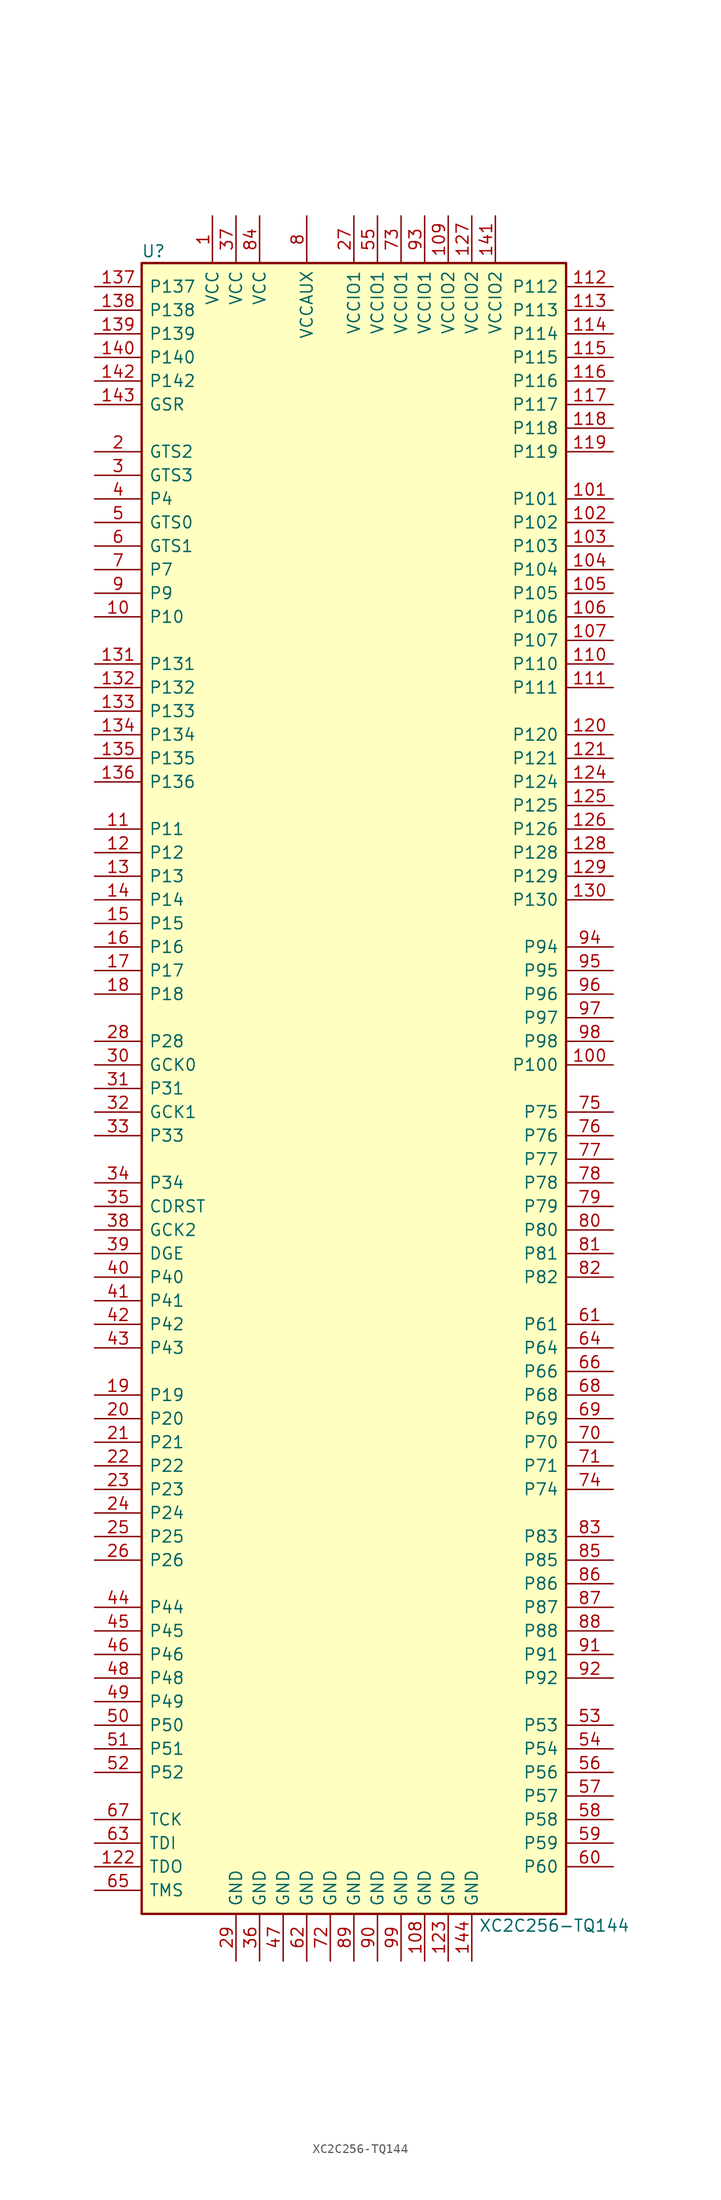
<source format=kicad_sym>
(kicad_symbol_lib
  (version 20211014)
  (generator kicad_symbol_editor)
  (symbol "XC2C256-TQ144"
    (pin_names
      (offset 0.762))
    (property "Reference" "U"
      (at -21.59 90.17 0)
      (effects (font (size 1.27 1.27))))
    (property "Value" "XC2C256-TQ144"
      (at 21.59 -90.17 0)
      (effects (font (size 1.27 1.27))))
    (symbol "XC2C256-TQ144_0_1"
      (rectangle (start -22.86 -88.9) (end 22.86 88.9) (stroke (width 0.254) (type default) (color 0 0 0 0)) (fill (type background))))
    (symbol "XC2C256-TQ144_1_1"
      (pin power_in line (at -15.24 93.98 270) (length 5.08) (name "VCC" (effects (font (size 1.27 1.27)))) (number "1" (effects (font (size 1.27 1.27)))))
      (pin bidirectional line (at -27.94 50.8 0) (length 5.08) (name "P10" (effects (font (size 1.27 1.27)))) (number "10" (effects (font (size 1.27 1.27)))))
      (pin bidirectional line (at 27.94 2.54 180) (length 5.08) (name "P100" (effects (font (size 1.27 1.27)))) (number "100" (effects (font (size 1.27 1.27)))))
      (pin bidirectional line (at 27.94 63.5 180) (length 5.08) (name "P101" (effects (font (size 1.27 1.27)))) (number "101" (effects (font (size 1.27 1.27)))))
      (pin bidirectional line (at 27.94 60.96 180) (length 5.08) (name "P102" (effects (font (size 1.27 1.27)))) (number "102" (effects (font (size 1.27 1.27)))))
      (pin bidirectional line (at 27.94 58.42 180) (length 5.08) (name "P103" (effects (font (size 1.27 1.27)))) (number "103" (effects (font (size 1.27 1.27)))))
      (pin bidirectional line (at 27.94 55.88 180) (length 5.08) (name "P104" (effects (font (size 1.27 1.27)))) (number "104" (effects (font (size 1.27 1.27)))))
      (pin bidirectional line (at 27.94 53.34 180) (length 5.08) (name "P105" (effects (font (size 1.27 1.27)))) (number "105" (effects (font (size 1.27 1.27)))))
      (pin bidirectional line (at 27.94 50.8 180) (length 5.08) (name "P106" (effects (font (size 1.27 1.27)))) (number "106" (effects (font (size 1.27 1.27)))))
      (pin bidirectional line (at 27.94 48.26 180) (length 5.08) (name "P107" (effects (font (size 1.27 1.27)))) (number "107" (effects (font (size 1.27 1.27)))))
      (pin power_in line (at 7.62 -93.98 90) (length 5.08) (name "GND" (effects (font (size 1.27 1.27)))) (number "108" (effects (font (size 1.27 1.27)))))
      (pin power_in line (at 10.16 93.98 270) (length 5.08) (name "VCCIO2" (effects (font (size 1.27 1.27)))) (number "109" (effects (font (size 1.27 1.27)))))
      (pin bidirectional line (at -27.94 27.94 0) (length 5.08) (name "P11" (effects (font (size 1.27 1.27)))) (number "11" (effects (font (size 1.27 1.27)))))
      (pin bidirectional line (at 27.94 45.72 180) (length 5.08) (name "P110" (effects (font (size 1.27 1.27)))) (number "110" (effects (font (size 1.27 1.27)))))
      (pin bidirectional line (at 27.94 43.18 180) (length 5.08) (name "P111" (effects (font (size 1.27 1.27)))) (number "111" (effects (font (size 1.27 1.27)))))
      (pin bidirectional line (at 27.94 86.36 180) (length 5.08) (name "P112" (effects (font (size 1.27 1.27)))) (number "112" (effects (font (size 1.27 1.27)))))
      (pin bidirectional line (at 27.94 83.82 180) (length 5.08) (name "P113" (effects (font (size 1.27 1.27)))) (number "113" (effects (font (size 1.27 1.27)))))
      (pin bidirectional line (at 27.94 81.28 180) (length 5.08) (name "P114" (effects (font (size 1.27 1.27)))) (number "114" (effects (font (size 1.27 1.27)))))
      (pin bidirectional line (at 27.94 78.74 180) (length 5.08) (name "P115" (effects (font (size 1.27 1.27)))) (number "115" (effects (font (size 1.27 1.27)))))
      (pin bidirectional line (at 27.94 76.2 180) (length 5.08) (name "P116" (effects (font (size 1.27 1.27)))) (number "116" (effects (font (size 1.27 1.27)))))
      (pin bidirectional line (at 27.94 73.66 180) (length 5.08) (name "P117" (effects (font (size 1.27 1.27)))) (number "117" (effects (font (size 1.27 1.27)))))
      (pin bidirectional line (at 27.94 71.12 180) (length 5.08) (name "P118" (effects (font (size 1.27 1.27)))) (number "118" (effects (font (size 1.27 1.27)))))
      (pin bidirectional line (at 27.94 68.58 180) (length 5.08) (name "P119" (effects (font (size 1.27 1.27)))) (number "119" (effects (font (size 1.27 1.27)))))
      (pin bidirectional line (at -27.94 25.4 0) (length 5.08) (name "P12" (effects (font (size 1.27 1.27)))) (number "12" (effects (font (size 1.27 1.27)))))
      (pin bidirectional line (at 27.94 38.1 180) (length 5.08) (name "P120" (effects (font (size 1.27 1.27)))) (number "120" (effects (font (size 1.27 1.27)))))
      (pin bidirectional line (at 27.94 35.56 180) (length 5.08) (name "P121" (effects (font (size 1.27 1.27)))) (number "121" (effects (font (size 1.27 1.27)))))
      (pin bidirectional line (at -27.94 -83.82 0) (length 5.08) (name "TDO" (effects (font (size 1.27 1.27)))) (number "122" (effects (font (size 1.27 1.27)))))
      (pin power_in line (at 10.16 -93.98 90) (length 5.08) (name "GND" (effects (font (size 1.27 1.27)))) (number "123" (effects (font (size 1.27 1.27)))))
      (pin bidirectional line (at 27.94 33.02 180) (length 5.08) (name "P124" (effects (font (size 1.27 1.27)))) (number "124" (effects (font (size 1.27 1.27)))))
      (pin bidirectional line (at 27.94 30.48 180) (length 5.08) (name "P125" (effects (font (size 1.27 1.27)))) (number "125" (effects (font (size 1.27 1.27)))))
      (pin bidirectional line (at 27.94 27.94 180) (length 5.08) (name "P126" (effects (font (size 1.27 1.27)))) (number "126" (effects (font (size 1.27 1.27)))))
      (pin power_in line (at 12.7 93.98 270) (length 5.08) (name "VCCIO2" (effects (font (size 1.27 1.27)))) (number "127" (effects (font (size 1.27 1.27)))))
      (pin bidirectional line (at 27.94 25.4 180) (length 5.08) (name "P128" (effects (font (size 1.27 1.27)))) (number "128" (effects (font (size 1.27 1.27)))))
      (pin bidirectional line (at 27.94 22.86 180) (length 5.08) (name "P129" (effects (font (size 1.27 1.27)))) (number "129" (effects (font (size 1.27 1.27)))))
      (pin bidirectional line (at -27.94 22.86 0) (length 5.08) (name "P13" (effects (font (size 1.27 1.27)))) (number "13" (effects (font (size 1.27 1.27)))))
      (pin bidirectional line (at 27.94 20.32 180) (length 5.08) (name "P130" (effects (font (size 1.27 1.27)))) (number "130" (effects (font (size 1.27 1.27)))))
      (pin bidirectional line (at -27.94 45.72 0) (length 5.08) (name "P131" (effects (font (size 1.27 1.27)))) (number "131" (effects (font (size 1.27 1.27)))))
      (pin bidirectional line (at -27.94 43.18 0) (length 5.08) (name "P132" (effects (font (size 1.27 1.27)))) (number "132" (effects (font (size 1.27 1.27)))))
      (pin bidirectional line (at -27.94 40.64 0) (length 5.08) (name "P133" (effects (font (size 1.27 1.27)))) (number "133" (effects (font (size 1.27 1.27)))))
      (pin bidirectional line (at -27.94 38.1 0) (length 5.08) (name "P134" (effects (font (size 1.27 1.27)))) (number "134" (effects (font (size 1.27 1.27)))))
      (pin bidirectional line (at -27.94 35.56 0) (length 5.08) (name "P135" (effects (font (size 1.27 1.27)))) (number "135" (effects (font (size 1.27 1.27)))))
      (pin bidirectional line (at -27.94 33.02 0) (length 5.08) (name "P136" (effects (font (size 1.27 1.27)))) (number "136" (effects (font (size 1.27 1.27)))))
      (pin bidirectional line (at -27.94 86.36 0) (length 5.08) (name "P137" (effects (font (size 1.27 1.27)))) (number "137" (effects (font (size 1.27 1.27)))))
      (pin bidirectional line (at -27.94 83.82 0) (length 5.08) (name "P138" (effects (font (size 1.27 1.27)))) (number "138" (effects (font (size 1.27 1.27)))))
      (pin bidirectional line (at -27.94 81.28 0) (length 5.08) (name "P139" (effects (font (size 1.27 1.27)))) (number "139" (effects (font (size 1.27 1.27)))))
      (pin bidirectional line (at -27.94 20.32 0) (length 5.08) (name "P14" (effects (font (size 1.27 1.27)))) (number "14" (effects (font (size 1.27 1.27)))))
      (pin bidirectional line (at -27.94 78.74 0) (length 5.08) (name "P140" (effects (font (size 1.27 1.27)))) (number "140" (effects (font (size 1.27 1.27)))))
      (pin power_in line (at 15.24 93.98 270) (length 5.08) (name "VCCIO2" (effects (font (size 1.27 1.27)))) (number "141" (effects (font (size 1.27 1.27)))))
      (pin bidirectional line (at -27.94 76.2 0) (length 5.08) (name "P142" (effects (font (size 1.27 1.27)))) (number "142" (effects (font (size 1.27 1.27)))))
      (pin bidirectional line (at -27.94 73.66 0) (length 5.08) (name "GSR" (effects (font (size 1.27 1.27)))) (number "143" (effects (font (size 1.27 1.27)))))
      (pin power_in line (at 12.7 -93.98 90) (length 5.08) (name "GND" (effects (font (size 1.27 1.27)))) (number "144" (effects (font (size 1.27 1.27)))))
      (pin bidirectional line (at -27.94 17.78 0) (length 5.08) (name "P15" (effects (font (size 1.27 1.27)))) (number "15" (effects (font (size 1.27 1.27)))))
      (pin bidirectional line (at -27.94 15.24 0) (length 5.08) (name "P16" (effects (font (size 1.27 1.27)))) (number "16" (effects (font (size 1.27 1.27)))))
      (pin bidirectional line (at -27.94 12.7 0) (length 5.08) (name "P17" (effects (font (size 1.27 1.27)))) (number "17" (effects (font (size 1.27 1.27)))))
      (pin bidirectional line (at -27.94 10.16 0) (length 5.08) (name "P18" (effects (font (size 1.27 1.27)))) (number "18" (effects (font (size 1.27 1.27)))))
      (pin bidirectional line (at -27.94 -33.02 0) (length 5.08) (name "P19" (effects (font (size 1.27 1.27)))) (number "19" (effects (font (size 1.27 1.27)))))
      (pin bidirectional line (at -27.94 68.58 0) (length 5.08) (name "GTS2" (effects (font (size 1.27 1.27)))) (number "2" (effects (font (size 1.27 1.27)))))
      (pin bidirectional line (at -27.94 -35.56 0) (length 5.08) (name "P20" (effects (font (size 1.27 1.27)))) (number "20" (effects (font (size 1.27 1.27)))))
      (pin bidirectional line (at -27.94 -38.1 0) (length 5.08) (name "P21" (effects (font (size 1.27 1.27)))) (number "21" (effects (font (size 1.27 1.27)))))
      (pin bidirectional line (at -27.94 -40.64 0) (length 5.08) (name "P22" (effects (font (size 1.27 1.27)))) (number "22" (effects (font (size 1.27 1.27)))))
      (pin bidirectional line (at -27.94 -43.18 0) (length 5.08) (name "P23" (effects (font (size 1.27 1.27)))) (number "23" (effects (font (size 1.27 1.27)))))
      (pin bidirectional line (at -27.94 -45.72 0) (length 5.08) (name "P24" (effects (font (size 1.27 1.27)))) (number "24" (effects (font (size 1.27 1.27)))))
      (pin bidirectional line (at -27.94 -48.26 0) (length 5.08) (name "P25" (effects (font (size 1.27 1.27)))) (number "25" (effects (font (size 1.27 1.27)))))
      (pin bidirectional line (at -27.94 -50.8 0) (length 5.08) (name "P26" (effects (font (size 1.27 1.27)))) (number "26" (effects (font (size 1.27 1.27)))))
      (pin power_in line (at 0 93.98 270) (length 5.08) (name "VCCIO1" (effects (font (size 1.27 1.27)))) (number "27" (effects (font (size 1.27 1.27)))))
      (pin bidirectional line (at -27.94 5.08 0) (length 5.08) (name "P28" (effects (font (size 1.27 1.27)))) (number "28" (effects (font (size 1.27 1.27)))))
      (pin power_in line (at -12.7 -93.98 90) (length 5.08) (name "GND" (effects (font (size 1.27 1.27)))) (number "29" (effects (font (size 1.27 1.27)))))
      (pin bidirectional line (at -27.94 66.04 0) (length 5.08) (name "GTS3" (effects (font (size 1.27 1.27)))) (number "3" (effects (font (size 1.27 1.27)))))
      (pin bidirectional line (at -27.94 2.54 0) (length 5.08) (name "GCK0" (effects (font (size 1.27 1.27)))) (number "30" (effects (font (size 1.27 1.27)))))
      (pin bidirectional line (at -27.94 0 0) (length 5.08) (name "P31" (effects (font (size 1.27 1.27)))) (number "31" (effects (font (size 1.27 1.27)))))
      (pin bidirectional line (at -27.94 -2.54 0) (length 5.08) (name "GCK1" (effects (font (size 1.27 1.27)))) (number "32" (effects (font (size 1.27 1.27)))))
      (pin bidirectional line (at -27.94 -5.08 0) (length 5.08) (name "P33" (effects (font (size 1.27 1.27)))) (number "33" (effects (font (size 1.27 1.27)))))
      (pin bidirectional line (at -27.94 -10.16 0) (length 5.08) (name "P34" (effects (font (size 1.27 1.27)))) (number "34" (effects (font (size 1.27 1.27)))))
      (pin bidirectional line (at -27.94 -12.7 0) (length 5.08) (name "CDRST" (effects (font (size 1.27 1.27)))) (number "35" (effects (font (size 1.27 1.27)))))
      (pin power_in line (at -10.16 -93.98 90) (length 5.08) (name "GND" (effects (font (size 1.27 1.27)))) (number "36" (effects (font (size 1.27 1.27)))))
      (pin power_in line (at -12.7 93.98 270) (length 5.08) (name "VCC" (effects (font (size 1.27 1.27)))) (number "37" (effects (font (size 1.27 1.27)))))
      (pin bidirectional line (at -27.94 -15.24 0) (length 5.08) (name "GCK2" (effects (font (size 1.27 1.27)))) (number "38" (effects (font (size 1.27 1.27)))))
      (pin bidirectional line (at -27.94 -17.78 0) (length 5.08) (name "DGE" (effects (font (size 1.27 1.27)))) (number "39" (effects (font (size 1.27 1.27)))))
      (pin bidirectional line (at -27.94 63.5 0) (length 5.08) (name "P4" (effects (font (size 1.27 1.27)))) (number "4" (effects (font (size 1.27 1.27)))))
      (pin bidirectional line (at -27.94 -20.32 0) (length 5.08) (name "P40" (effects (font (size 1.27 1.27)))) (number "40" (effects (font (size 1.27 1.27)))))
      (pin bidirectional line (at -27.94 -22.86 0) (length 5.08) (name "P41" (effects (font (size 1.27 1.27)))) (number "41" (effects (font (size 1.27 1.27)))))
      (pin bidirectional line (at -27.94 -25.4 0) (length 5.08) (name "P42" (effects (font (size 1.27 1.27)))) (number "42" (effects (font (size 1.27 1.27)))))
      (pin bidirectional line (at -27.94 -27.94 0) (length 5.08) (name "P43" (effects (font (size 1.27 1.27)))) (number "43" (effects (font (size 1.27 1.27)))))
      (pin bidirectional line (at -27.94 -55.88 0) (length 5.08) (name "P44" (effects (font (size 1.27 1.27)))) (number "44" (effects (font (size 1.27 1.27)))))
      (pin bidirectional line (at -27.94 -58.42 0) (length 5.08) (name "P45" (effects (font (size 1.27 1.27)))) (number "45" (effects (font (size 1.27 1.27)))))
      (pin bidirectional line (at -27.94 -60.96 0) (length 5.08) (name "P46" (effects (font (size 1.27 1.27)))) (number "46" (effects (font (size 1.27 1.27)))))
      (pin power_in line (at -7.62 -93.98 90) (length 5.08) (name "GND" (effects (font (size 1.27 1.27)))) (number "47" (effects (font (size 1.27 1.27)))))
      (pin bidirectional line (at -27.94 -63.5 0) (length 5.08) (name "P48" (effects (font (size 1.27 1.27)))) (number "48" (effects (font (size 1.27 1.27)))))
      (pin bidirectional line (at -27.94 -66.04 0) (length 5.08) (name "P49" (effects (font (size 1.27 1.27)))) (number "49" (effects (font (size 1.27 1.27)))))
      (pin bidirectional line (at -27.94 60.96 0) (length 5.08) (name "GTS0" (effects (font (size 1.27 1.27)))) (number "5" (effects (font (size 1.27 1.27)))))
      (pin bidirectional line (at -27.94 -68.58 0) (length 5.08) (name "P50" (effects (font (size 1.27 1.27)))) (number "50" (effects (font (size 1.27 1.27)))))
      (pin bidirectional line (at -27.94 -71.12 0) (length 5.08) (name "P51" (effects (font (size 1.27 1.27)))) (number "51" (effects (font (size 1.27 1.27)))))
      (pin bidirectional line (at -27.94 -73.66 0) (length 5.08) (name "P52" (effects (font (size 1.27 1.27)))) (number "52" (effects (font (size 1.27 1.27)))))
      (pin bidirectional line (at 27.94 -68.58 180) (length 5.08) (name "P53" (effects (font (size 1.27 1.27)))) (number "53" (effects (font (size 1.27 1.27)))))
      (pin bidirectional line (at 27.94 -71.12 180) (length 5.08) (name "P54" (effects (font (size 1.27 1.27)))) (number "54" (effects (font (size 1.27 1.27)))))
      (pin power_in line (at 2.54 93.98 270) (length 5.08) (name "VCCIO1" (effects (font (size 1.27 1.27)))) (number "55" (effects (font (size 1.27 1.27)))))
      (pin bidirectional line (at 27.94 -73.66 180) (length 5.08) (name "P56" (effects (font (size 1.27 1.27)))) (number "56" (effects (font (size 1.27 1.27)))))
      (pin bidirectional line (at 27.94 -76.2 180) (length 5.08) (name "P57" (effects (font (size 1.27 1.27)))) (number "57" (effects (font (size 1.27 1.27)))))
      (pin bidirectional line (at 27.94 -78.74 180) (length 5.08) (name "P58" (effects (font (size 1.27 1.27)))) (number "58" (effects (font (size 1.27 1.27)))))
      (pin bidirectional line (at 27.94 -81.28 180) (length 5.08) (name "P59" (effects (font (size 1.27 1.27)))) (number "59" (effects (font (size 1.27 1.27)))))
      (pin bidirectional line (at -27.94 58.42 0) (length 5.08) (name "GTS1" (effects (font (size 1.27 1.27)))) (number "6" (effects (font (size 1.27 1.27)))))
      (pin bidirectional line (at 27.94 -83.82 180) (length 5.08) (name "P60" (effects (font (size 1.27 1.27)))) (number "60" (effects (font (size 1.27 1.27)))))
      (pin bidirectional line (at 27.94 -25.4 180) (length 5.08) (name "P61" (effects (font (size 1.27 1.27)))) (number "61" (effects (font (size 1.27 1.27)))))
      (pin power_in line (at -5.08 -93.98 90) (length 5.08) (name "GND" (effects (font (size 1.27 1.27)))) (number "62" (effects (font (size 1.27 1.27)))))
      (pin bidirectional line (at -27.94 -81.28 0) (length 5.08) (name "TDI" (effects (font (size 1.27 1.27)))) (number "63" (effects (font (size 1.27 1.27)))))
      (pin bidirectional line (at 27.94 -27.94 180) (length 5.08) (name "P64" (effects (font (size 1.27 1.27)))) (number "64" (effects (font (size 1.27 1.27)))))
      (pin bidirectional line (at -27.94 -86.36 0) (length 5.08) (name "TMS" (effects (font (size 1.27 1.27)))) (number "65" (effects (font (size 1.27 1.27)))))
      (pin bidirectional line (at 27.94 -30.48 180) (length 5.08) (name "P66" (effects (font (size 1.27 1.27)))) (number "66" (effects (font (size 1.27 1.27)))))
      (pin bidirectional line (at -27.94 -78.74 0) (length 5.08) (name "TCK" (effects (font (size 1.27 1.27)))) (number "67" (effects (font (size 1.27 1.27)))))
      (pin bidirectional line (at 27.94 -33.02 180) (length 5.08) (name "P68" (effects (font (size 1.27 1.27)))) (number "68" (effects (font (size 1.27 1.27)))))
      (pin bidirectional line (at 27.94 -35.56 180) (length 5.08) (name "P69" (effects (font (size 1.27 1.27)))) (number "69" (effects (font (size 1.27 1.27)))))
      (pin bidirectional line (at -27.94 55.88 0) (length 5.08) (name "P7" (effects (font (size 1.27 1.27)))) (number "7" (effects (font (size 1.27 1.27)))))
      (pin bidirectional line (at 27.94 -38.1 180) (length 5.08) (name "P70" (effects (font (size 1.27 1.27)))) (number "70" (effects (font (size 1.27 1.27)))))
      (pin bidirectional line (at 27.94 -40.64 180) (length 5.08) (name "P71" (effects (font (size 1.27 1.27)))) (number "71" (effects (font (size 1.27 1.27)))))
      (pin power_in line (at -2.54 -93.98 90) (length 5.08) (name "GND" (effects (font (size 1.27 1.27)))) (number "72" (effects (font (size 1.27 1.27)))))
      (pin power_in line (at 5.08 93.98 270) (length 5.08) (name "VCCIO1" (effects (font (size 1.27 1.27)))) (number "73" (effects (font (size 1.27 1.27)))))
      (pin bidirectional line (at 27.94 -43.18 180) (length 5.08) (name "P74" (effects (font (size 1.27 1.27)))) (number "74" (effects (font (size 1.27 1.27)))))
      (pin bidirectional line (at 27.94 -2.54 180) (length 5.08) (name "P75" (effects (font (size 1.27 1.27)))) (number "75" (effects (font (size 1.27 1.27)))))
      (pin bidirectional line (at 27.94 -5.08 180) (length 5.08) (name "P76" (effects (font (size 1.27 1.27)))) (number "76" (effects (font (size 1.27 1.27)))))
      (pin bidirectional line (at 27.94 -7.62 180) (length 5.08) (name "P77" (effects (font (size 1.27 1.27)))) (number "77" (effects (font (size 1.27 1.27)))))
      (pin bidirectional line (at 27.94 -10.16 180) (length 5.08) (name "P78" (effects (font (size 1.27 1.27)))) (number "78" (effects (font (size 1.27 1.27)))))
      (pin bidirectional line (at 27.94 -12.7 180) (length 5.08) (name "P79" (effects (font (size 1.27 1.27)))) (number "79" (effects (font (size 1.27 1.27)))))
      (pin power_in line (at -5.08 93.98 270) (length 5.08) (name "VCCAUX" (effects (font (size 1.27 1.27)))) (number "8" (effects (font (size 1.27 1.27)))))
      (pin bidirectional line (at 27.94 -15.24 180) (length 5.08) (name "P80" (effects (font (size 1.27 1.27)))) (number "80" (effects (font (size 1.27 1.27)))))
      (pin bidirectional line (at 27.94 -17.78 180) (length 5.08) (name "P81" (effects (font (size 1.27 1.27)))) (number "81" (effects (font (size 1.27 1.27)))))
      (pin bidirectional line (at 27.94 -20.32 180) (length 5.08) (name "P82" (effects (font (size 1.27 1.27)))) (number "82" (effects (font (size 1.27 1.27)))))
      (pin bidirectional line (at 27.94 -48.26 180) (length 5.08) (name "P83" (effects (font (size 1.27 1.27)))) (number "83" (effects (font (size 1.27 1.27)))))
      (pin power_in line (at -10.16 93.98 270) (length 5.08) (name "VCC" (effects (font (size 1.27 1.27)))) (number "84" (effects (font (size 1.27 1.27)))))
      (pin bidirectional line (at 27.94 -50.8 180) (length 5.08) (name "P85" (effects (font (size 1.27 1.27)))) (number "85" (effects (font (size 1.27 1.27)))))
      (pin bidirectional line (at 27.94 -53.34 180) (length 5.08) (name "P86" (effects (font (size 1.27 1.27)))) (number "86" (effects (font (size 1.27 1.27)))))
      (pin bidirectional line (at 27.94 -55.88 180) (length 5.08) (name "P87" (effects (font (size 1.27 1.27)))) (number "87" (effects (font (size 1.27 1.27)))))
      (pin bidirectional line (at 27.94 -58.42 180) (length 5.08) (name "P88" (effects (font (size 1.27 1.27)))) (number "88" (effects (font (size 1.27 1.27)))))
      (pin power_in line (at 0 -93.98 90) (length 5.08) (name "GND" (effects (font (size 1.27 1.27)))) (number "89" (effects (font (size 1.27 1.27)))))
      (pin bidirectional line (at -27.94 53.34 0) (length 5.08) (name "P9" (effects (font (size 1.27 1.27)))) (number "9" (effects (font (size 1.27 1.27)))))
      (pin power_in line (at 2.54 -93.98 90) (length 5.08) (name "GND" (effects (font (size 1.27 1.27)))) (number "90" (effects (font (size 1.27 1.27)))))
      (pin bidirectional line (at 27.94 -60.96 180) (length 5.08) (name "P91" (effects (font (size 1.27 1.27)))) (number "91" (effects (font (size 1.27 1.27)))))
      (pin bidirectional line (at 27.94 -63.5 180) (length 5.08) (name "P92" (effects (font (size 1.27 1.27)))) (number "92" (effects (font (size 1.27 1.27)))))
      (pin power_in line (at 7.62 93.98 270) (length 5.08) (name "VCCIO1" (effects (font (size 1.27 1.27)))) (number "93" (effects (font (size 1.27 1.27)))))
      (pin bidirectional line (at 27.94 15.24 180) (length 5.08) (name "P94" (effects (font (size 1.27 1.27)))) (number "94" (effects (font (size 1.27 1.27)))))
      (pin bidirectional line (at 27.94 12.7 180) (length 5.08) (name "P95" (effects (font (size 1.27 1.27)))) (number "95" (effects (font (size 1.27 1.27)))))
      (pin bidirectional line (at 27.94 10.16 180) (length 5.08) (name "P96" (effects (font (size 1.27 1.27)))) (number "96" (effects (font (size 1.27 1.27)))))
      (pin bidirectional line (at 27.94 7.62 180) (length 5.08) (name "P97" (effects (font (size 1.27 1.27)))) (number "97" (effects (font (size 1.27 1.27)))))
      (pin bidirectional line (at 27.94 5.08 180) (length 5.08) (name "P98" (effects (font (size 1.27 1.27)))) (number "98" (effects (font (size 1.27 1.27)))))
      (pin power_in line (at 5.08 -93.98 90) (length 5.08) (name "GND" (effects (font (size 1.27 1.27)))) (number "99" (effects (font (size 1.27 1.27))))))))
</source>
